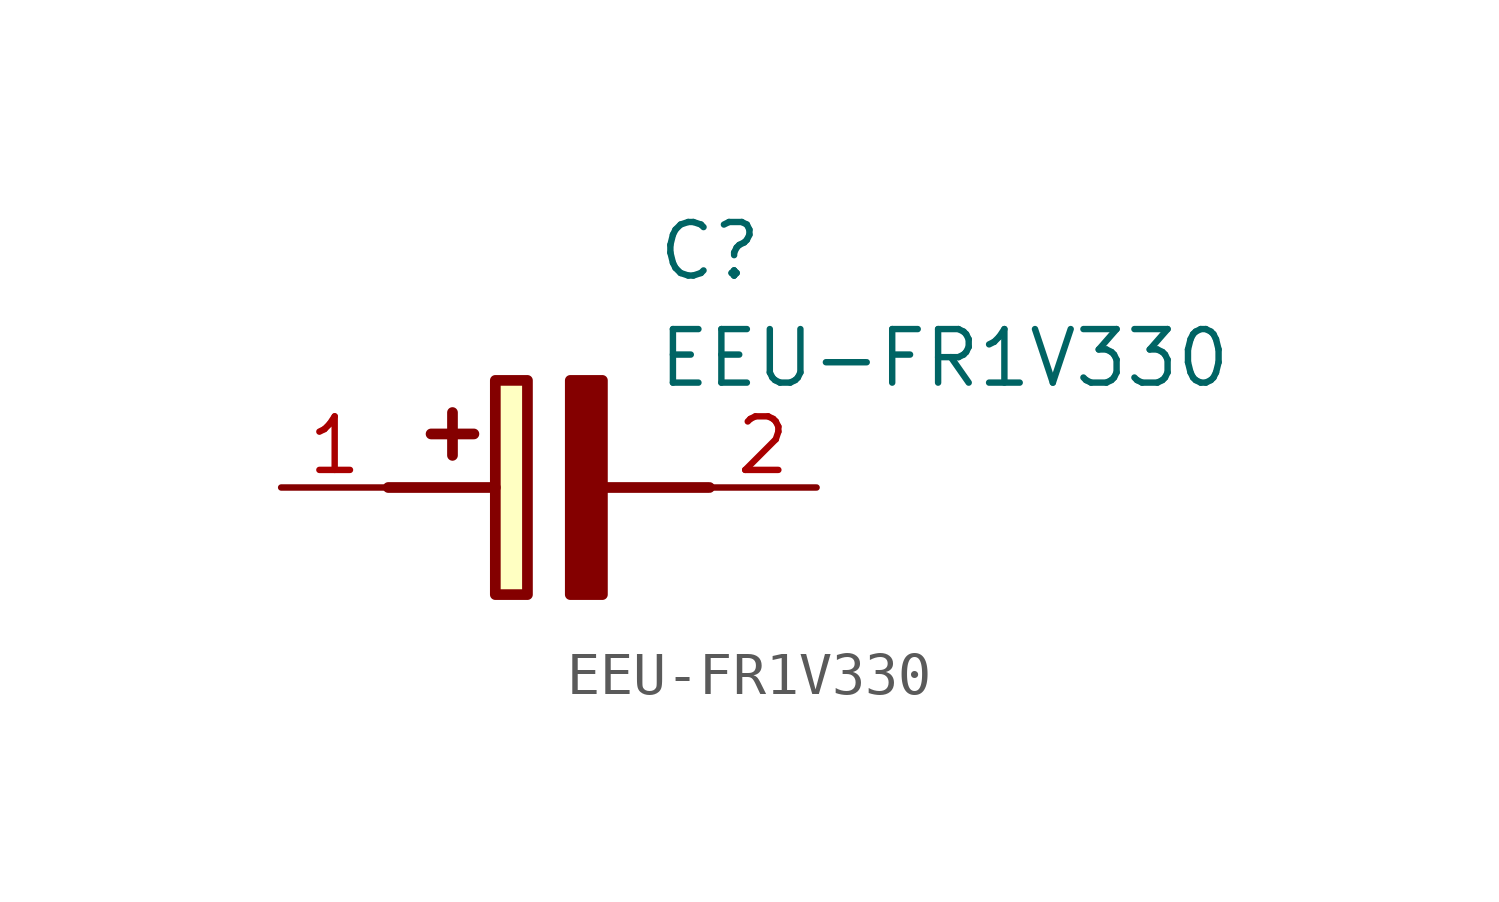
<source format=kicad_sym>
(kicad_symbol_lib
  (version 20211014)
  (generator SamacSys_ECAD_Model)
  (symbol "EEU-FR1V330"
    (pin_names hide)
    (property "Reference" "C"
      (at 8.89 6.35 0)
      (effects (font (size 1.27 1.27)) (justify left top)))
    (property "Value" "EEU-FR1V330"
      (at 8.89 3.81 0)
      (effects (font (size 1.27 1.27)) (justify left top)))
    (rectangle
      (start 5.08 2.54)
      (end 5.842 -2.54)
      (stroke (width 0.254) (type default))
      (fill (type background)))
    (polyline
      (pts (xy 4.572 1.27) (xy 3.556 1.27))
      (stroke (width 0.254) (type default))
      (fill (type none)))
    (polyline
      (pts (xy 4.064 1.778) (xy 4.064 0.762))
      (stroke (width 0.254) (type default))
      (fill (type none)))
    (polyline
      (pts (xy 2.54 0) (xy 5.08 0))
      (stroke (width 0.254) (type default))
      (fill (type none)))
    (polyline
      (pts (xy 7.62 0) (xy 10.16 0))
      (stroke (width 0.254) (type default))
      (fill (type none)))
    (polyline
      (pts (xy 7.62 2.54) (xy 7.62 -2.54) (xy 6.858 -2.54) (xy 6.858 2.54) (xy 7.62 2.54))
      (stroke (width 0.254) (type default))
      (fill (type outline)))
    (pin passive line
      (at 0 0 0)
      (length 2.54)
      (name "+" (effects (font (size 1.27 1.27))))
      (number "1" (effects (font (size 1.27 1.27)))))
    (pin passive line
      (at 12.7 0 180)
      (length 2.54)
      (name "-" (effects (font (size 1.27 1.27))))
      (number "2" (effects (font (size 1.27 1.27)))))))
</source>
